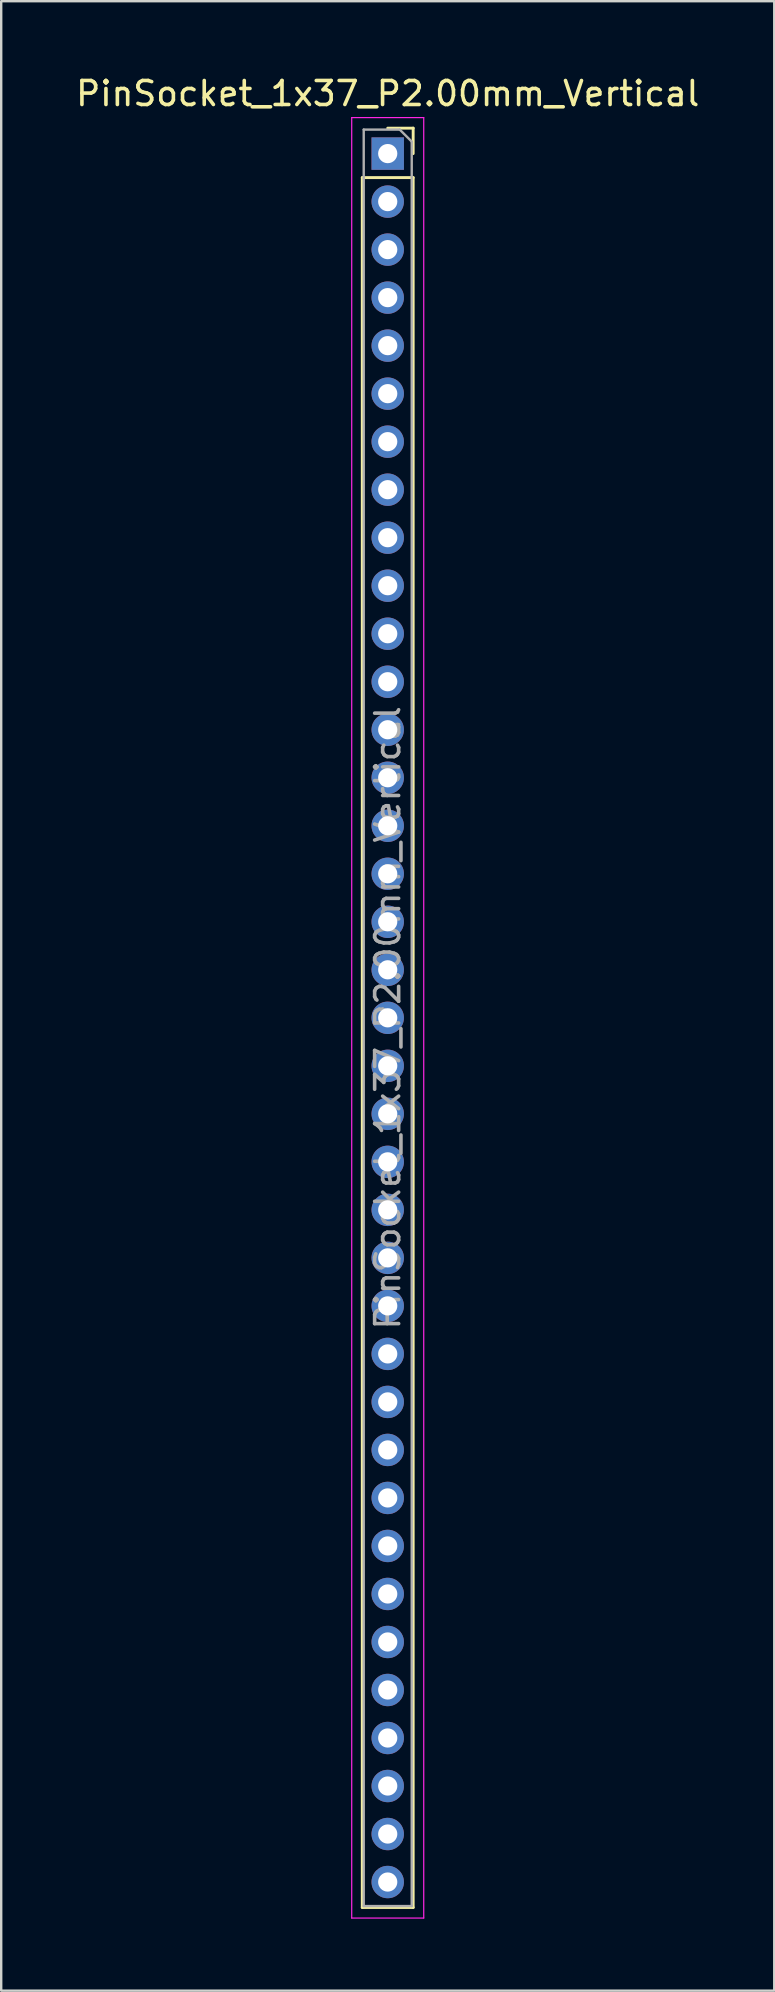
<source format=kicad_pcb>
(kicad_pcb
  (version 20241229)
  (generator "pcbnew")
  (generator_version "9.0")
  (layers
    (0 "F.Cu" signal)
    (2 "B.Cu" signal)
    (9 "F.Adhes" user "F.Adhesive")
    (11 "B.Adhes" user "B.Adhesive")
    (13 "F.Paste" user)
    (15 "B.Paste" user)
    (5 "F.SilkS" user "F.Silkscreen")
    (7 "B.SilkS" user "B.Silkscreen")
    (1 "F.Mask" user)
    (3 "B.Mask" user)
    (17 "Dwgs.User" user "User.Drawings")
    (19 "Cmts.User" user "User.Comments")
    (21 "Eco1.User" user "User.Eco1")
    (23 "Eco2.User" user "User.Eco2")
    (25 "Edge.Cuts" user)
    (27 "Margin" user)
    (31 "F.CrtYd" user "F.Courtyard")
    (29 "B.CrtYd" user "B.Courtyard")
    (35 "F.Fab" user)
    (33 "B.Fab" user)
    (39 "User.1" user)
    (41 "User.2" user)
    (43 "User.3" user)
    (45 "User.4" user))
  (footprint "PinSocket_1x37_P2.00mm_Vertical"
    (layer "F.Cu")
    (at 13.101 3.348)
    (property "Reference" "PinSocket_1x37_P2.00mm_Vertical" (at 0 -2.5 0) (layer "F.SilkS") (effects (font (size 1 1) (thickness 0.15))))
    (attr through_hole)
    (fp_line (start -1.06 1) (end -1.06 73.06) (stroke (width 0.12) (type solid)) (layer "F.SilkS"))
    (fp_line (start -1.06 1) (end 1.06 1) (stroke (width 0.12) (type solid)) (layer "F.SilkS"))
    (fp_line (start -1.06 73.06) (end 1.06 73.06) (stroke (width 0.12) (type solid)) (layer "F.SilkS"))
    (fp_line (start 0 -1.06) (end 1.06 -1.06) (stroke (width 0.12) (type solid)) (layer "F.SilkS"))
    (fp_line (start 1.06 -1.06) (end 1.06 0) (stroke (width 0.12) (type solid)) (layer "F.SilkS"))
    (fp_line (start 1.06 1) (end 1.06 73.06) (stroke (width 0.12) (type solid)) (layer "F.SilkS"))
    (fp_line (start -1.5 -1.5) (end 1.5 -1.5) (stroke (width 0.05) (type solid)) (layer "F.CrtYd"))
    (fp_line (start -1.5 73.5) (end -1.5 -1.5) (stroke (width 0.05) (type solid)) (layer "F.CrtYd"))
    (fp_line (start 1.5 -1.5) (end 1.5 73.5) (stroke (width 0.05) (type solid)) (layer "F.CrtYd"))
    (fp_line (start 1.5 73.5) (end -1.5 73.5) (stroke (width 0.05) (type solid)) (layer "F.CrtYd"))
    (fp_line (start -1 -1) (end 0.5 -1) (stroke (width 0.1) (type solid)) (layer "F.Fab"))
    (fp_line (start -1 73) (end -1 -1) (stroke (width 0.1) (type solid)) (layer "F.Fab"))
    (fp_line (start 0.5 -1) (end 1 -0.5) (stroke (width 0.1) (type solid)) (layer "F.Fab"))
    (fp_line (start 1 -0.5) (end 1 73) (stroke (width 0.1) (type solid)) (layer "F.Fab"))
    (fp_line (start 1 73) (end -1 73) (stroke (width 0.1) (type solid)) (layer "F.Fab"))
    (fp_text user "${REFERENCE}" (at 0 36 90) (layer "F.Fab") (effects (font (size 1 1) (thickness 0.15))))
    (pad "1" thru_hole rect (at 0 0) (size 1.35 1.35) (drill 0.8) (layers "*.Cu" "*.Mask"))
    (pad "2" thru_hole oval (at 0 2) (size 1.35 1.35) (drill 0.8) (layers "*.Cu" "*.Mask"))
    (pad "3" thru_hole oval (at 0 4) (size 1.35 1.35) (drill 0.8) (layers "*.Cu" "*.Mask"))
    (pad "4" thru_hole oval (at 0 6) (size 1.35 1.35) (drill 0.8) (layers "*.Cu" "*.Mask"))
    (pad "5" thru_hole oval (at 0 8) (size 1.35 1.35) (drill 0.8) (layers "*.Cu" "*.Mask"))
    (pad "6" thru_hole oval (at 0 10) (size 1.35 1.35) (drill 0.8) (layers "*.Cu" "*.Mask"))
    (pad "7" thru_hole oval (at 0 12) (size 1.35 1.35) (drill 0.8) (layers "*.Cu" "*.Mask"))
    (pad "8" thru_hole oval (at 0 14) (size 1.35 1.35) (drill 0.8) (layers "*.Cu" "*.Mask"))
    (pad "9" thru_hole oval (at 0 16) (size 1.35 1.35) (drill 0.8) (layers "*.Cu" "*.Mask"))
    (pad "10" thru_hole oval (at 0 18) (size 1.35 1.35) (drill 0.8) (layers "*.Cu" "*.Mask"))
    (pad "11" thru_hole oval (at 0 20) (size 1.35 1.35) (drill 0.8) (layers "*.Cu" "*.Mask"))
    (pad "12" thru_hole oval (at 0 22) (size 1.35 1.35) (drill 0.8) (layers "*.Cu" "*.Mask"))
    (pad "13" thru_hole oval (at 0 24) (size 1.35 1.35) (drill 0.8) (layers "*.Cu" "*.Mask"))
    (pad "14" thru_hole oval (at 0 26) (size 1.35 1.35) (drill 0.8) (layers "*.Cu" "*.Mask"))
    (pad "15" thru_hole oval (at 0 28) (size 1.35 1.35) (drill 0.8) (layers "*.Cu" "*.Mask"))
    (pad "16" thru_hole oval (at 0 30) (size 1.35 1.35) (drill 0.8) (layers "*.Cu" "*.Mask"))
    (pad "17" thru_hole oval (at 0 32) (size 1.35 1.35) (drill 0.8) (layers "*.Cu" "*.Mask"))
    (pad "18" thru_hole oval (at 0 34) (size 1.35 1.35) (drill 0.8) (layers "*.Cu" "*.Mask"))
    (pad "19" thru_hole oval (at 0 36) (size 1.35 1.35) (drill 0.8) (layers "*.Cu" "*.Mask"))
    (pad "20" thru_hole oval (at 0 38) (size 1.35 1.35) (drill 0.8) (layers "*.Cu" "*.Mask"))
    (pad "21" thru_hole oval (at 0 40) (size 1.35 1.35) (drill 0.8) (layers "*.Cu" "*.Mask"))
    (pad "22" thru_hole oval (at 0 42) (size 1.35 1.35) (drill 0.8) (layers "*.Cu" "*.Mask"))
    (pad "23" thru_hole oval (at 0 44) (size 1.35 1.35) (drill 0.8) (layers "*.Cu" "*.Mask"))
    (pad "24" thru_hole oval (at 0 46) (size 1.35 1.35) (drill 0.8) (layers "*.Cu" "*.Mask"))
    (pad "25" thru_hole oval (at 0 48) (size 1.35 1.35) (drill 0.8) (layers "*.Cu" "*.Mask"))
    (pad "26" thru_hole oval (at 0 50) (size 1.35 1.35) (drill 0.8) (layers "*.Cu" "*.Mask"))
    (pad "27" thru_hole oval (at 0 52) (size 1.35 1.35) (drill 0.8) (layers "*.Cu" "*.Mask"))
    (pad "28" thru_hole oval (at 0 54) (size 1.35 1.35) (drill 0.8) (layers "*.Cu" "*.Mask"))
    (pad "29" thru_hole oval (at 0 56) (size 1.35 1.35) (drill 0.8) (layers "*.Cu" "*.Mask"))
    (pad "30" thru_hole oval (at 0 58) (size 1.35 1.35) (drill 0.8) (layers "*.Cu" "*.Mask"))
    (pad "31" thru_hole oval (at 0 60) (size 1.35 1.35) (drill 0.8) (layers "*.Cu" "*.Mask"))
    (pad "32" thru_hole oval (at 0 62) (size 1.35 1.35) (drill 0.8) (layers "*.Cu" "*.Mask"))
    (pad "33" thru_hole oval (at 0 64) (size 1.35 1.35) (drill 0.8) (layers "*.Cu" "*.Mask"))
    (pad "34" thru_hole oval (at 0 66) (size 1.35 1.35) (drill 0.8) (layers "*.Cu" "*.Mask"))
    (pad "35" thru_hole oval (at 0 68) (size 1.35 1.35) (drill 0.8) (layers "*.Cu" "*.Mask"))
    (pad "36" thru_hole oval (at 0 70) (size 1.35 1.35) (drill 0.8) (layers "*.Cu" "*.Mask"))
    (pad "37" thru_hole oval (at 0 72) (size 1.35 1.35) (drill 0.8) (layers "*.Cu" "*.Mask")))
  (gr_rect
    (start -3 -3)
    (end 29.202 79.873)
    (stroke (width 0.1) (type default))
    (fill no)
    (layer "Edge.Cuts")))
</source>
